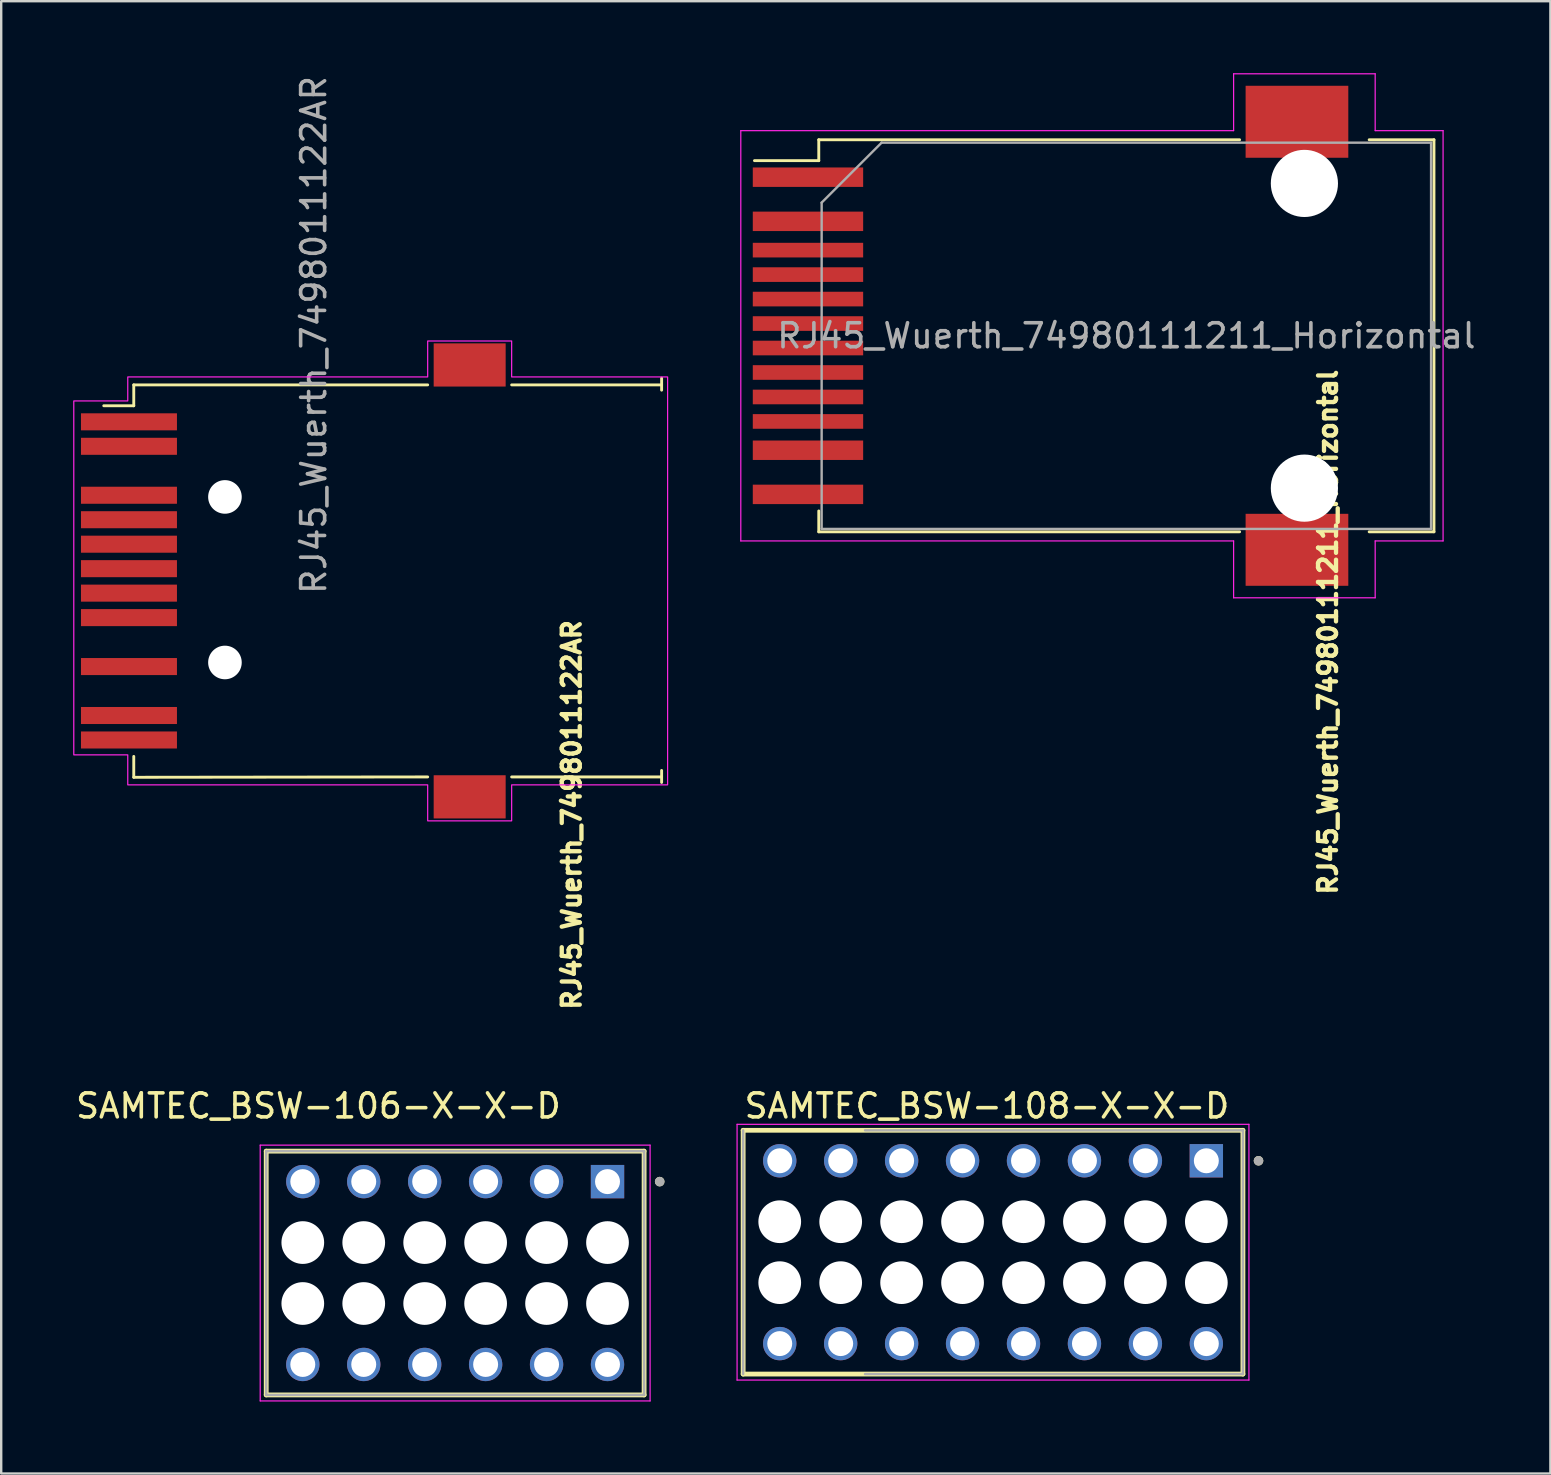
<source format=kicad_pcb>
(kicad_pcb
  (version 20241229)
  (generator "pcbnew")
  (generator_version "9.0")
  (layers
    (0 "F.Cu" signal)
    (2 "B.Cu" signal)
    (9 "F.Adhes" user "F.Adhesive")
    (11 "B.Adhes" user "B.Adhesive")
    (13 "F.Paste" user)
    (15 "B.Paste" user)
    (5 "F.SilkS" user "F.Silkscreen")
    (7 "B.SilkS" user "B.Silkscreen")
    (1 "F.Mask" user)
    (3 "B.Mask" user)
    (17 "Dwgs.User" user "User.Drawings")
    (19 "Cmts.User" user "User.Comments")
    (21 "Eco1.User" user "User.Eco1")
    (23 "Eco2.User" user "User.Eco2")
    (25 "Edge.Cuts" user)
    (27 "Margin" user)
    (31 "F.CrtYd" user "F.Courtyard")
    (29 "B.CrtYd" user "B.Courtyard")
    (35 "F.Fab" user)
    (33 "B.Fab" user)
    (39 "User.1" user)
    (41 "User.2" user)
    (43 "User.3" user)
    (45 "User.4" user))
  (footprint "RJ45_Wuerth_7498011122AR"
    (layer "F.Cu")
    (at 10.525 21.161)
    (property "Reference" "RJ45_Wuerth_7498011122AR" (at 10.25 9.75 90) (layer "F.SilkS") (effects (font (size 0.75 0.75) (thickness 0.18))))
    (attr smd)
    (fp_rect (start 4.5 -8.18) (end 7.5 -7.63) (stroke (width 0.012) (type default)) (fill yes) (layer "F.Mask"))
    (fp_rect (start 4.5 7.63) (end 7.5 8.18) (stroke (width 0.012) (type default)) (fill yes) (layer "F.Mask"))
    (fp_line (start -8 -8.17) (end -8 -7.3) (stroke (width 0.12) (type solid)) (layer "F.SilkS"))
    (fp_line (start -8 -8.17) (end 4.25 -8.17) (stroke (width 0.12) (type solid)) (layer "F.SilkS"))
    (fp_line (start -8 -7.3) (end -9.25 -7.3) (stroke (width 0.12) (type solid)) (layer "F.SilkS"))
    (fp_line (start -8 8.185) (end -8 7.315) (stroke (width 0.12) (type solid)) (layer "F.SilkS"))
    (fp_line (start -8 8.185) (end 4.25 8.17) (stroke (width 0.12) (type solid)) (layer "F.SilkS"))
    (fp_line (start 14 -8.17) (end 7.75 -8.17) (stroke (width 0.12) (type solid)) (layer "F.SilkS"))
    (fp_line (start 14 -7.95) (end 14 -8.45) (stroke (width 0.12) (type solid)) (layer "F.SilkS"))
    (fp_line (start 14 8.17) (end 7.75 8.17) (stroke (width 0.12) (type solid)) (layer "F.SilkS"))
    (fp_line (start 14 8.4) (end 14 7.9) (stroke (width 0.12) (type solid)) (layer "F.SilkS"))
    (fp_poly (pts (xy -8.25 7.25) (xy -10.5 7.25) (xy -10.5 -7.5) (xy -8.25 -7.5) (xy -8.25 -8.5) (xy 4.25 -8.5) (xy 4.25 -10) (xy 7.75 -10) (xy 7.75 -8.5) (xy 14.25 -8.5) (xy 14.25 8.5) (xy 7.75 8.5) (xy 7.75 10) (xy 4.25 10) (xy 4.25 8.5) (xy -8.25 8.5)) (stroke (width 0.05) (type solid)) (fill no) (layer "F.CrtYd"))
    (fp_line (start 0 6.75) (end 0 -6.75) (stroke (width 0.12) (type default)) (layer "User.6"))
    (fp_line (start 1 -7.75) (end 13 -7.75) (stroke (width 0.12) (type default)) (layer "User.6"))
    (fp_line (start 13 7.75) (end 1 7.75) (stroke (width 0.12) (type default)) (layer "User.6"))
    (fp_line (start 14 -6.75) (end 14 6.75) (stroke (width 0.12) (type default)) (layer "User.6"))
    (fp_arc (start 0 -6.75) (mid 0.292893 -7.457107) (end 1 -7.75) (stroke (width 0.12) (type default)) (layer "User.6"))
    (fp_arc (start 1 7.75) (mid 0.292893 7.457107) (end 0 6.75) (stroke (width 0.12) (type default)) (layer "User.6"))
    (fp_arc (start 13 -7.75) (mid 13.707107 -7.457107) (end 14 -6.75) (stroke (width 0.12) (type default)) (layer "User.6"))
    (fp_arc (start 14 6.75) (mid 13.707107 7.457107) (end 13 7.75) (stroke (width 0.12) (type default)) (layer "User.6"))
    (fp_text user "${REFERENCE}" (at -0.5 -10.25 90) (layer "F.Fab") (effects (font (size 1 1) (thickness 0.15))))
    (pad "" np_thru_hole circle (at -4.2 -3.5) (size 1.4 1.4) (drill 1.4) (layers "*.Cu" "*.Mask"))
    (pad "" np_thru_hole circle (at -4.2 3.4) (size 1.4 1.4) (drill 1.4) (layers "*.Cu" "*.Mask"))
    (pad "1" smd rect (at -8.2 -3.57) (size 4 0.71) (layers "F.Cu" "F.Mask" "F.Paste"))
    (pad "2" smd rect (at -8.2 -2.55) (size 4 0.71) (layers "F.Cu" "F.Mask" "F.Paste"))
    (pad "3" smd rect (at -8.2 -1.53) (size 4 0.71) (layers "F.Cu" "F.Mask" "F.Paste"))
    (pad "4" smd rect (at -8.2 -0.51) (size 4 0.71) (layers "F.Cu" "F.Mask" "F.Paste"))
    (pad "5" smd rect (at -8.2 0.51) (size 4 0.71) (layers "F.Cu" "F.Mask" "F.Paste"))
    (pad "6" smd rect (at -8.2 1.53) (size 4 0.71) (layers "F.Cu" "F.Mask" "F.Paste"))
    (pad "8" smd rect (at -8.2 3.57) (size 4 0.71) (layers "F.Cu" "F.Mask" "F.Paste"))
    (pad "9" smd rect (at -8.2 5.61) (size 4 0.71) (layers "F.Cu" "F.Mask" "F.Paste"))
    (pad "10" smd rect (at -8.2 6.63) (size 4 0.71) (layers "F.Cu" "F.Mask" "F.Paste"))
    (pad "11" smd rect (at -8.2 -6.63) (size 4 0.71) (layers "F.Cu" "F.Mask" "F.Paste"))
    (pad "12" smd rect (at -8.2 -5.61) (size 4 0.71) (layers "F.Cu" "F.Mask" "F.Paste"))
    (pad "SH" smd rect (at 6 -9) (size 3 1.8) (layers "F.Cu" "F.Mask" "F.Paste"))
    (pad "SH" smd rect (at 6 9) (size 3 1.8) (layers "F.Cu" "F.Mask" "F.Paste")))
  (footprint "RJ45_Wuerth_74980111211_Horizontal"
    (layer "F.Cu")
    (at 43.895 10.945)
    (property "Reference" "RJ45_Wuerth_74980111211_Horizontal" (at 8.4 12.35 90) (layer "F.SilkS") (effects (font (size 0.75 0.75) (thickness 0.18))))
    (attr smd)
    (fp_line (start -12.82 -8.17) (end -12.82 -7.3) (stroke (width 0.12) (type solid)) (layer "F.SilkS"))
    (fp_line (start -12.82 -8.17) (end 4.72 -8.17) (stroke (width 0.12) (type solid)) (layer "F.SilkS"))
    (fp_line (start -12.82 -7.3) (end -15.5 -7.3) (stroke (width 0.12) (type solid)) (layer "F.SilkS"))
    (fp_line (start -12.82 8.17) (end -12.82 7.3) (stroke (width 0.12) (type solid)) (layer "F.SilkS"))
    (fp_line (start -12.82 8.17) (end 4.72 8.17) (stroke (width 0.12) (type solid)) (layer "F.SilkS"))
    (fp_line (start 12.82 -8.17) (end 10.12 -8.17) (stroke (width 0.12) (type solid)) (layer "F.SilkS"))
    (fp_line (start 12.82 -8.17) (end 12.82 8.17) (stroke (width 0.12) (type solid)) (layer "F.SilkS"))
    (fp_line (start 12.82 8.17) (end 10.12 8.17) (stroke (width 0.12) (type solid)) (layer "F.SilkS"))
    (fp_line (start -16.07 -8.55) (end -16.07 8.55) (stroke (width 0.05) (type solid)) (layer "F.CrtYd"))
    (fp_line (start -16.07 -8.55) (end 4.47 -8.55) (stroke (width 0.05) (type solid)) (layer "F.CrtYd"))
    (fp_line (start -16.07 8.55) (end 4.47 8.55) (stroke (width 0.05) (type solid)) (layer "F.CrtYd"))
    (fp_line (start 4.47 -10.92) (end 4.47 -8.55) (stroke (width 0.05) (type solid)) (layer "F.CrtYd"))
    (fp_line (start 4.47 -10.92) (end 10.37 -10.92) (stroke (width 0.05) (type solid)) (layer "F.CrtYd"))
    (fp_line (start 4.47 8.55) (end 4.47 10.92) (stroke (width 0.05) (type solid)) (layer "F.CrtYd"))
    (fp_line (start 4.47 10.92) (end 10.37 10.92) (stroke (width 0.05) (type solid)) (layer "F.CrtYd"))
    (fp_line (start 10.37 -10.92) (end 10.37 -8.55) (stroke (width 0.05) (type solid)) (layer "F.CrtYd"))
    (fp_line (start 10.37 8.55) (end 10.37 10.92) (stroke (width 0.05) (type solid)) (layer "F.CrtYd"))
    (fp_line (start 13.2 -8.55) (end 10.37 -8.55) (stroke (width 0.05) (type solid)) (layer "F.CrtYd"))
    (fp_line (start 13.2 -8.55) (end 13.2 8.55) (stroke (width 0.05) (type solid)) (layer "F.CrtYd"))
    (fp_line (start 13.2 8.55) (end 10.37 8.55) (stroke (width 0.05) (type solid)) (layer "F.CrtYd"))
    (fp_line (start -12.7 -5.55) (end -12.7 8.05) (stroke (width 0.1) (type solid)) (layer "F.Fab"))
    (fp_line (start -12.7 -5.55) (end -10.2 -8.05) (stroke (width 0.1) (type solid)) (layer "F.Fab"))
    (fp_line (start -12.7 8.05) (end 12.7 8.05) (stroke (width 0.1) (type solid)) (layer "F.Fab"))
    (fp_line (start 12.7 -8.05) (end -10.2 -8.05) (stroke (width 0.1) (type solid)) (layer "F.Fab"))
    (fp_line (start 12.7 8.05) (end 12.7 -8.05) (stroke (width 0.1) (type solid)) (layer "F.Fab"))
    (fp_text user "${REFERENCE}" (at 0 0 0) (layer "F.Fab") (effects (font (size 1 1) (thickness 0.15))))
    (pad "" np_thru_hole circle (at 7.42 -6.35) (size 2.8 2.8) (drill 2.8) (layers "*.Cu" "*.Mask"))
    (pad "" np_thru_hole circle (at 7.42 6.35) (size 2.8 2.8) (drill 2.8) (layers "*.Cu" "*.Mask"))
    (pad "1" smd rect (at -13.27 -6.61) (size 4.6 0.81) (layers "F.Cu" "F.Mask" "F.Paste"))
    (pad "2" smd rect (at -13.27 -4.77) (size 4.6 0.81) (layers "F.Cu" "F.Mask" "F.Paste"))
    (pad "3" smd rect (at -13.27 -3.57) (size 4.6 0.61) (layers "F.Cu" "F.Mask" "F.Paste"))
    (pad "4" smd rect (at -13.27 -2.55) (size 4.6 0.61) (layers "F.Cu" "F.Mask" "F.Paste"))
    (pad "5" smd rect (at -13.27 -1.53) (size 4.6 0.61) (layers "F.Cu" "F.Mask" "F.Paste"))
    (pad "6" smd rect (at -13.27 -0.51) (size 4.6 0.61) (layers "F.Cu" "F.Mask" "F.Paste"))
    (pad "7" smd rect (at -13.27 0.51) (size 4.6 0.61) (layers "F.Cu" "F.Mask" "F.Paste"))
    (pad "8" smd rect (at -13.27 1.53) (size 4.6 0.61) (layers "F.Cu" "F.Mask" "F.Paste"))
    (pad "9" smd rect (at -13.27 2.55) (size 4.6 0.61) (layers "F.Cu" "F.Mask" "F.Paste"))
    (pad "10" smd rect (at -13.27 3.57) (size 4.6 0.61) (layers "F.Cu" "F.Mask" "F.Paste"))
    (pad "11" smd rect (at -13.27 4.77) (size 4.6 0.81) (layers "F.Cu" "F.Mask" "F.Paste"))
    (pad "12" smd rect (at -13.27 6.61) (size 4.6 0.81) (layers "F.Cu" "F.Mask" "F.Paste"))
    (pad "SH" smd rect (at 7.11 -8.92) (size 4.28 3) (layers "F.Cu" "F.Mask" "F.Paste"))
    (pad "SH" smd rect (at 7.11 8.92) (size 4.28 3) (layers "F.Cu" "F.Mask" "F.Paste")))
  (footprint "SAMTEC_BSW-106-X-X-D"
    (layer "F.Cu")
    (at 15.92 50.008)
    (property "Reference" "SAMTEC_BSW-106-X-X-D" (at -5.7 -6.965 0) (layer "F.SilkS") (effects (font (size 1 1) (thickness 0.15))))
    (attr through_hole)
    (fp_line (start -7.875 -5.08) (end 7.875 -5.08) (stroke (width 0.2) (type solid)) (layer "F.SilkS"))
    (fp_line (start -7.875 5.08) (end -7.875 -5.08) (stroke (width 0.2) (type solid)) (layer "F.SilkS"))
    (fp_line (start 7.875 -5.08) (end 7.875 5.08) (stroke (width 0.2) (type solid)) (layer "F.SilkS"))
    (fp_line (start 7.875 5.08) (end -7.875 5.08) (stroke (width 0.2) (type solid)) (layer "F.SilkS"))
    (fp_circle (center 8.525 -3.81) (end 8.625 -3.81) (stroke (width 0.2) (type solid)) (fill no) (layer "F.SilkS"))
    (fp_line (start -8.125 -5.33) (end 8.125 -5.33) (stroke (width 0.05) (type solid)) (layer "F.CrtYd"))
    (fp_line (start -8.125 5.33) (end -8.125 -5.33) (stroke (width 0.05) (type solid)) (layer "F.CrtYd"))
    (fp_line (start 8.125 -5.33) (end 8.125 5.33) (stroke (width 0.05) (type solid)) (layer "F.CrtYd"))
    (fp_line (start 8.125 5.33) (end -8.125 5.33) (stroke (width 0.05) (type solid)) (layer "F.CrtYd"))
    (fp_line (start -7.875 -5.08) (end -7.875 5.08) (stroke (width 0.1) (type solid)) (layer "F.Fab"))
    (fp_line (start -7.875 5.08) (end 7.875 5.08) (stroke (width 0.1) (type solid)) (layer "F.Fab"))
    (fp_line (start 7.875 -5.08) (end -7.875 -5.08) (stroke (width 0.1) (type solid)) (layer "F.Fab"))
    (fp_line (start 7.875 5.08) (end 7.875 -5.08) (stroke (width 0.1) (type solid)) (layer "F.Fab"))
    (fp_circle (center 8.525 -3.81) (end 8.625 -3.81) (stroke (width 0.2) (type solid)) (fill no) (layer "F.Fab"))
    (pad "" np_thru_hole circle (at -6.35 -1.27) (size 1.78 1.78) (drill 1.78) (layers "*.Cu" "*.Mask"))
    (pad "" np_thru_hole circle (at -6.35 1.27) (size 1.78 1.78) (drill 1.78) (layers "*.Cu" "*.Mask"))
    (pad "" np_thru_hole circle (at -3.81 -1.27) (size 1.78 1.78) (drill 1.78) (layers "*.Cu" "*.Mask"))
    (pad "" np_thru_hole circle (at -3.81 1.27) (size 1.78 1.78) (drill 1.78) (layers "*.Cu" "*.Mask"))
    (pad "" np_thru_hole circle (at -1.27 -1.27) (size 1.78 1.78) (drill 1.78) (layers "*.Cu" "*.Mask"))
    (pad "" np_thru_hole circle (at -1.27 1.27) (size 1.78 1.78) (drill 1.78) (layers "*.Cu" "*.Mask"))
    (pad "" np_thru_hole circle (at 1.27 -1.27) (size 1.78 1.78) (drill 1.78) (layers "*.Cu" "*.Mask"))
    (pad "" np_thru_hole circle (at 1.27 1.27) (size 1.78 1.78) (drill 1.78) (layers "*.Cu" "*.Mask"))
    (pad "" np_thru_hole circle (at 3.81 -1.27) (size 1.78 1.78) (drill 1.78) (layers "*.Cu" "*.Mask"))
    (pad "" np_thru_hole circle (at 3.81 1.27) (size 1.78 1.78) (drill 1.78) (layers "*.Cu" "*.Mask"))
    (pad "" np_thru_hole circle (at 6.35 -1.27) (size 1.78 1.78) (drill 1.78) (layers "*.Cu" "*.Mask"))
    (pad "" np_thru_hole circle (at 6.35 1.27) (size 1.78 1.78) (drill 1.78) (layers "*.Cu" "*.Mask"))
    (pad "01" thru_hole rect (at 6.35 -3.81) (size 1.39 1.39) (drill 1.04) (layers "*.Cu" "*.Mask"))
    (pad "02" thru_hole circle (at 6.35 3.81) (size 1.39 1.39) (drill 1.04) (layers "*.Cu" "*.Mask"))
    (pad "03" thru_hole circle (at 3.81 -3.81) (size 1.39 1.39) (drill 1.04) (layers "*.Cu" "*.Mask"))
    (pad "04" thru_hole circle (at 3.81 3.81) (size 1.39 1.39) (drill 1.04) (layers "*.Cu" "*.Mask"))
    (pad "05" thru_hole circle (at 1.27 -3.81) (size 1.39 1.39) (drill 1.04) (layers "*.Cu" "*.Mask"))
    (pad "06" thru_hole circle (at 1.27 3.81) (size 1.39 1.39) (drill 1.04) (layers "*.Cu" "*.Mask"))
    (pad "07" thru_hole circle (at -1.27 -3.81) (size 1.39 1.39) (drill 1.04) (layers "*.Cu" "*.Mask"))
    (pad "08" thru_hole circle (at -1.27 3.81) (size 1.39 1.39) (drill 1.04) (layers "*.Cu" "*.Mask"))
    (pad "09" thru_hole circle (at -3.81 -3.81) (size 1.39 1.39) (drill 1.04) (layers "*.Cu" "*.Mask"))
    (pad "10" thru_hole circle (at -3.81 3.81) (size 1.39 1.39) (drill 1.04) (layers "*.Cu" "*.Mask"))
    (pad "11" thru_hole circle (at -6.35 -3.81) (size 1.39 1.39) (drill 1.04) (layers "*.Cu" "*.Mask"))
    (pad "12" thru_hole circle (at -6.35 3.81) (size 1.39 1.39) (drill 1.04) (layers "*.Cu" "*.Mask")))
  (footprint "SAMTEC_BSW-108-X-X-D"
    (layer "F.Cu")
    (at 38.338 49.139)
    (property "Reference" "SAMTEC_BSW-108-X-X-D" (at -0.254 -6.096 0) (layer "F.SilkS") (effects (font (size 1 1) (thickness 0.15))))
    (attr through_hole)
    (fp_line (start -10.415 -5.08) (end 10.415 -5.08) (stroke (width 0.2) (type solid)) (layer "F.SilkS"))
    (fp_line (start -10.415 5.08) (end -10.415 -5.08) (stroke (width 0.2) (type solid)) (layer "F.SilkS"))
    (fp_line (start 10.415 -5.08) (end 10.415 5.08) (stroke (width 0.2) (type solid)) (layer "F.SilkS"))
    (fp_line (start 10.415 5.08) (end -10.415 5.08) (stroke (width 0.2) (type solid)) (layer "F.SilkS"))
    (fp_circle (center 11.065 -3.81) (end 11.165 -3.81) (stroke (width 0.2) (type solid)) (fill no) (layer "F.SilkS"))
    (fp_line (start -10.668 -5.33) (end 10.665 -5.33) (stroke (width 0.05) (type solid)) (layer "F.CrtYd"))
    (fp_line (start -10.668 5.33) (end -10.668 -5.33) (stroke (width 0.05) (type solid)) (layer "F.CrtYd"))
    (fp_line (start 10.665 -5.33) (end 10.665 5.33) (stroke (width 0.05) (type solid)) (layer "F.CrtYd"))
    (fp_line (start 10.665 5.33) (end -10.668 5.33) (stroke (width 0.05) (type solid)) (layer "F.CrtYd"))
    (fp_line (start -10.415 -5.08) (end -10.415 5.08) (stroke (width 0.1) (type solid)) (layer "F.Fab"))
    (fp_line (start -5.335 5.08) (end 10.415 5.08) (stroke (width 0.1) (type solid)) (layer "F.Fab"))
    (fp_line (start 10.415 -5.08) (end -5.335 -5.08) (stroke (width 0.1) (type solid)) (layer "F.Fab"))
    (fp_line (start 10.415 5.08) (end 10.415 -5.08) (stroke (width 0.1) (type solid)) (layer "F.Fab"))
    (fp_circle (center 11.065 -3.81) (end 11.165 -3.81) (stroke (width 0.2) (type solid)) (fill no) (layer "F.Fab"))
    (pad "" np_thru_hole circle (at -8.89 -1.27) (size 1.78 1.78) (drill 1.78) (layers "*.Cu" "*.Mask"))
    (pad "" np_thru_hole circle (at -8.89 1.27) (size 1.78 1.78) (drill 1.78) (layers "*.Cu" "*.Mask"))
    (pad "" np_thru_hole circle (at -6.35 -1.27) (size 1.78 1.78) (drill 1.78) (layers "*.Cu" "*.Mask"))
    (pad "" np_thru_hole circle (at -6.35 1.27) (size 1.78 1.78) (drill 1.78) (layers "*.Cu" "*.Mask"))
    (pad "" np_thru_hole circle (at -3.81 -1.27) (size 1.78 1.78) (drill 1.78) (layers "*.Cu" "*.Mask"))
    (pad "" np_thru_hole circle (at -3.81 1.27) (size 1.78 1.78) (drill 1.78) (layers "*.Cu" "*.Mask"))
    (pad "" np_thru_hole circle (at -1.27 -1.27) (size 1.78 1.78) (drill 1.78) (layers "*.Cu" "*.Mask"))
    (pad "" np_thru_hole circle (at -1.27 1.27) (size 1.78 1.78) (drill 1.78) (layers "*.Cu" "*.Mask"))
    (pad "" np_thru_hole circle (at 1.27 -1.27) (size 1.78 1.78) (drill 1.78) (layers "*.Cu" "*.Mask"))
    (pad "" np_thru_hole circle (at 1.27 1.27) (size 1.78 1.78) (drill 1.78) (layers "*.Cu" "*.Mask"))
    (pad "" np_thru_hole circle (at 3.81 -1.27) (size 1.78 1.78) (drill 1.78) (layers "*.Cu" "*.Mask"))
    (pad "" np_thru_hole circle (at 3.81 1.27) (size 1.78 1.78) (drill 1.78) (layers "*.Cu" "*.Mask"))
    (pad "" np_thru_hole circle (at 6.35 -1.27) (size 1.78 1.78) (drill 1.78) (layers "*.Cu" "*.Mask"))
    (pad "" np_thru_hole circle (at 6.35 1.27) (size 1.78 1.78) (drill 1.78) (layers "*.Cu" "*.Mask"))
    (pad "" np_thru_hole circle (at 8.89 -1.27) (size 1.78 1.78) (drill 1.78) (layers "*.Cu" "*.Mask"))
    (pad "" np_thru_hole circle (at 8.89 1.27) (size 1.78 1.78) (drill 1.78) (layers "*.Cu" "*.Mask"))
    (pad "1" thru_hole rect (at 8.89 -3.81) (size 1.39 1.39) (drill 1.04) (layers "*.Cu" "*.Mask"))
    (pad "2" thru_hole circle (at 8.89 3.81) (size 1.39 1.39) (drill 1.04) (layers "*.Cu" "*.Mask"))
    (pad "3" thru_hole circle (at 6.35 -3.81) (size 1.39 1.39) (drill 1.04) (layers "*.Cu" "*.Mask"))
    (pad "4" thru_hole circle (at 6.35 3.81) (size 1.39 1.39) (drill 1.04) (layers "*.Cu" "*.Mask"))
    (pad "5" thru_hole circle (at 3.81 -3.81) (size 1.39 1.39) (drill 1.04) (layers "*.Cu" "*.Mask"))
    (pad "6" thru_hole circle (at 3.81 3.81) (size 1.39 1.39) (drill 1.04) (layers "*.Cu" "*.Mask"))
    (pad "7" thru_hole circle (at 1.27 -3.81) (size 1.39 1.39) (drill 1.04) (layers "*.Cu" "*.Mask"))
    (pad "8" thru_hole circle (at 1.27 3.81) (size 1.39 1.39) (drill 1.04) (layers "*.Cu" "*.Mask"))
    (pad "9" thru_hole circle (at -1.27 -3.81) (size 1.39 1.39) (drill 1.04) (layers "*.Cu" "*.Mask"))
    (pad "10" thru_hole circle (at -1.27 3.81) (size 1.39 1.39) (drill 1.04) (layers "*.Cu" "*.Mask"))
    (pad "11" thru_hole circle (at -3.81 -3.81) (size 1.39 1.39) (drill 1.04) (layers "*.Cu" "*.Mask"))
    (pad "12" thru_hole circle (at -3.81 3.81) (size 1.39 1.39) (drill 1.04) (layers "*.Cu" "*.Mask"))
    (pad "13" thru_hole circle (at -6.35 -3.81) (size 1.39 1.39) (drill 1.04) (layers "*.Cu" "*.Mask"))
    (pad "14" thru_hole circle (at -6.35 3.81) (size 1.39 1.39) (drill 1.04) (layers "*.Cu" "*.Mask"))
    (pad "15" thru_hole circle (at -8.89 -3.81) (size 1.39 1.39) (drill 1.04) (layers "*.Cu" "*.Mask"))
    (pad "16" thru_hole circle (at -8.89 3.81) (size 1.39 1.39) (drill 1.04) (layers "*.Cu" "*.Mask")))
  (gr_rect
    (start -3 -3)
    (end 61.568 58.363)
    (stroke (width 0.1) (type default))
    (fill no)
    (layer "Edge.Cuts")))
</source>
